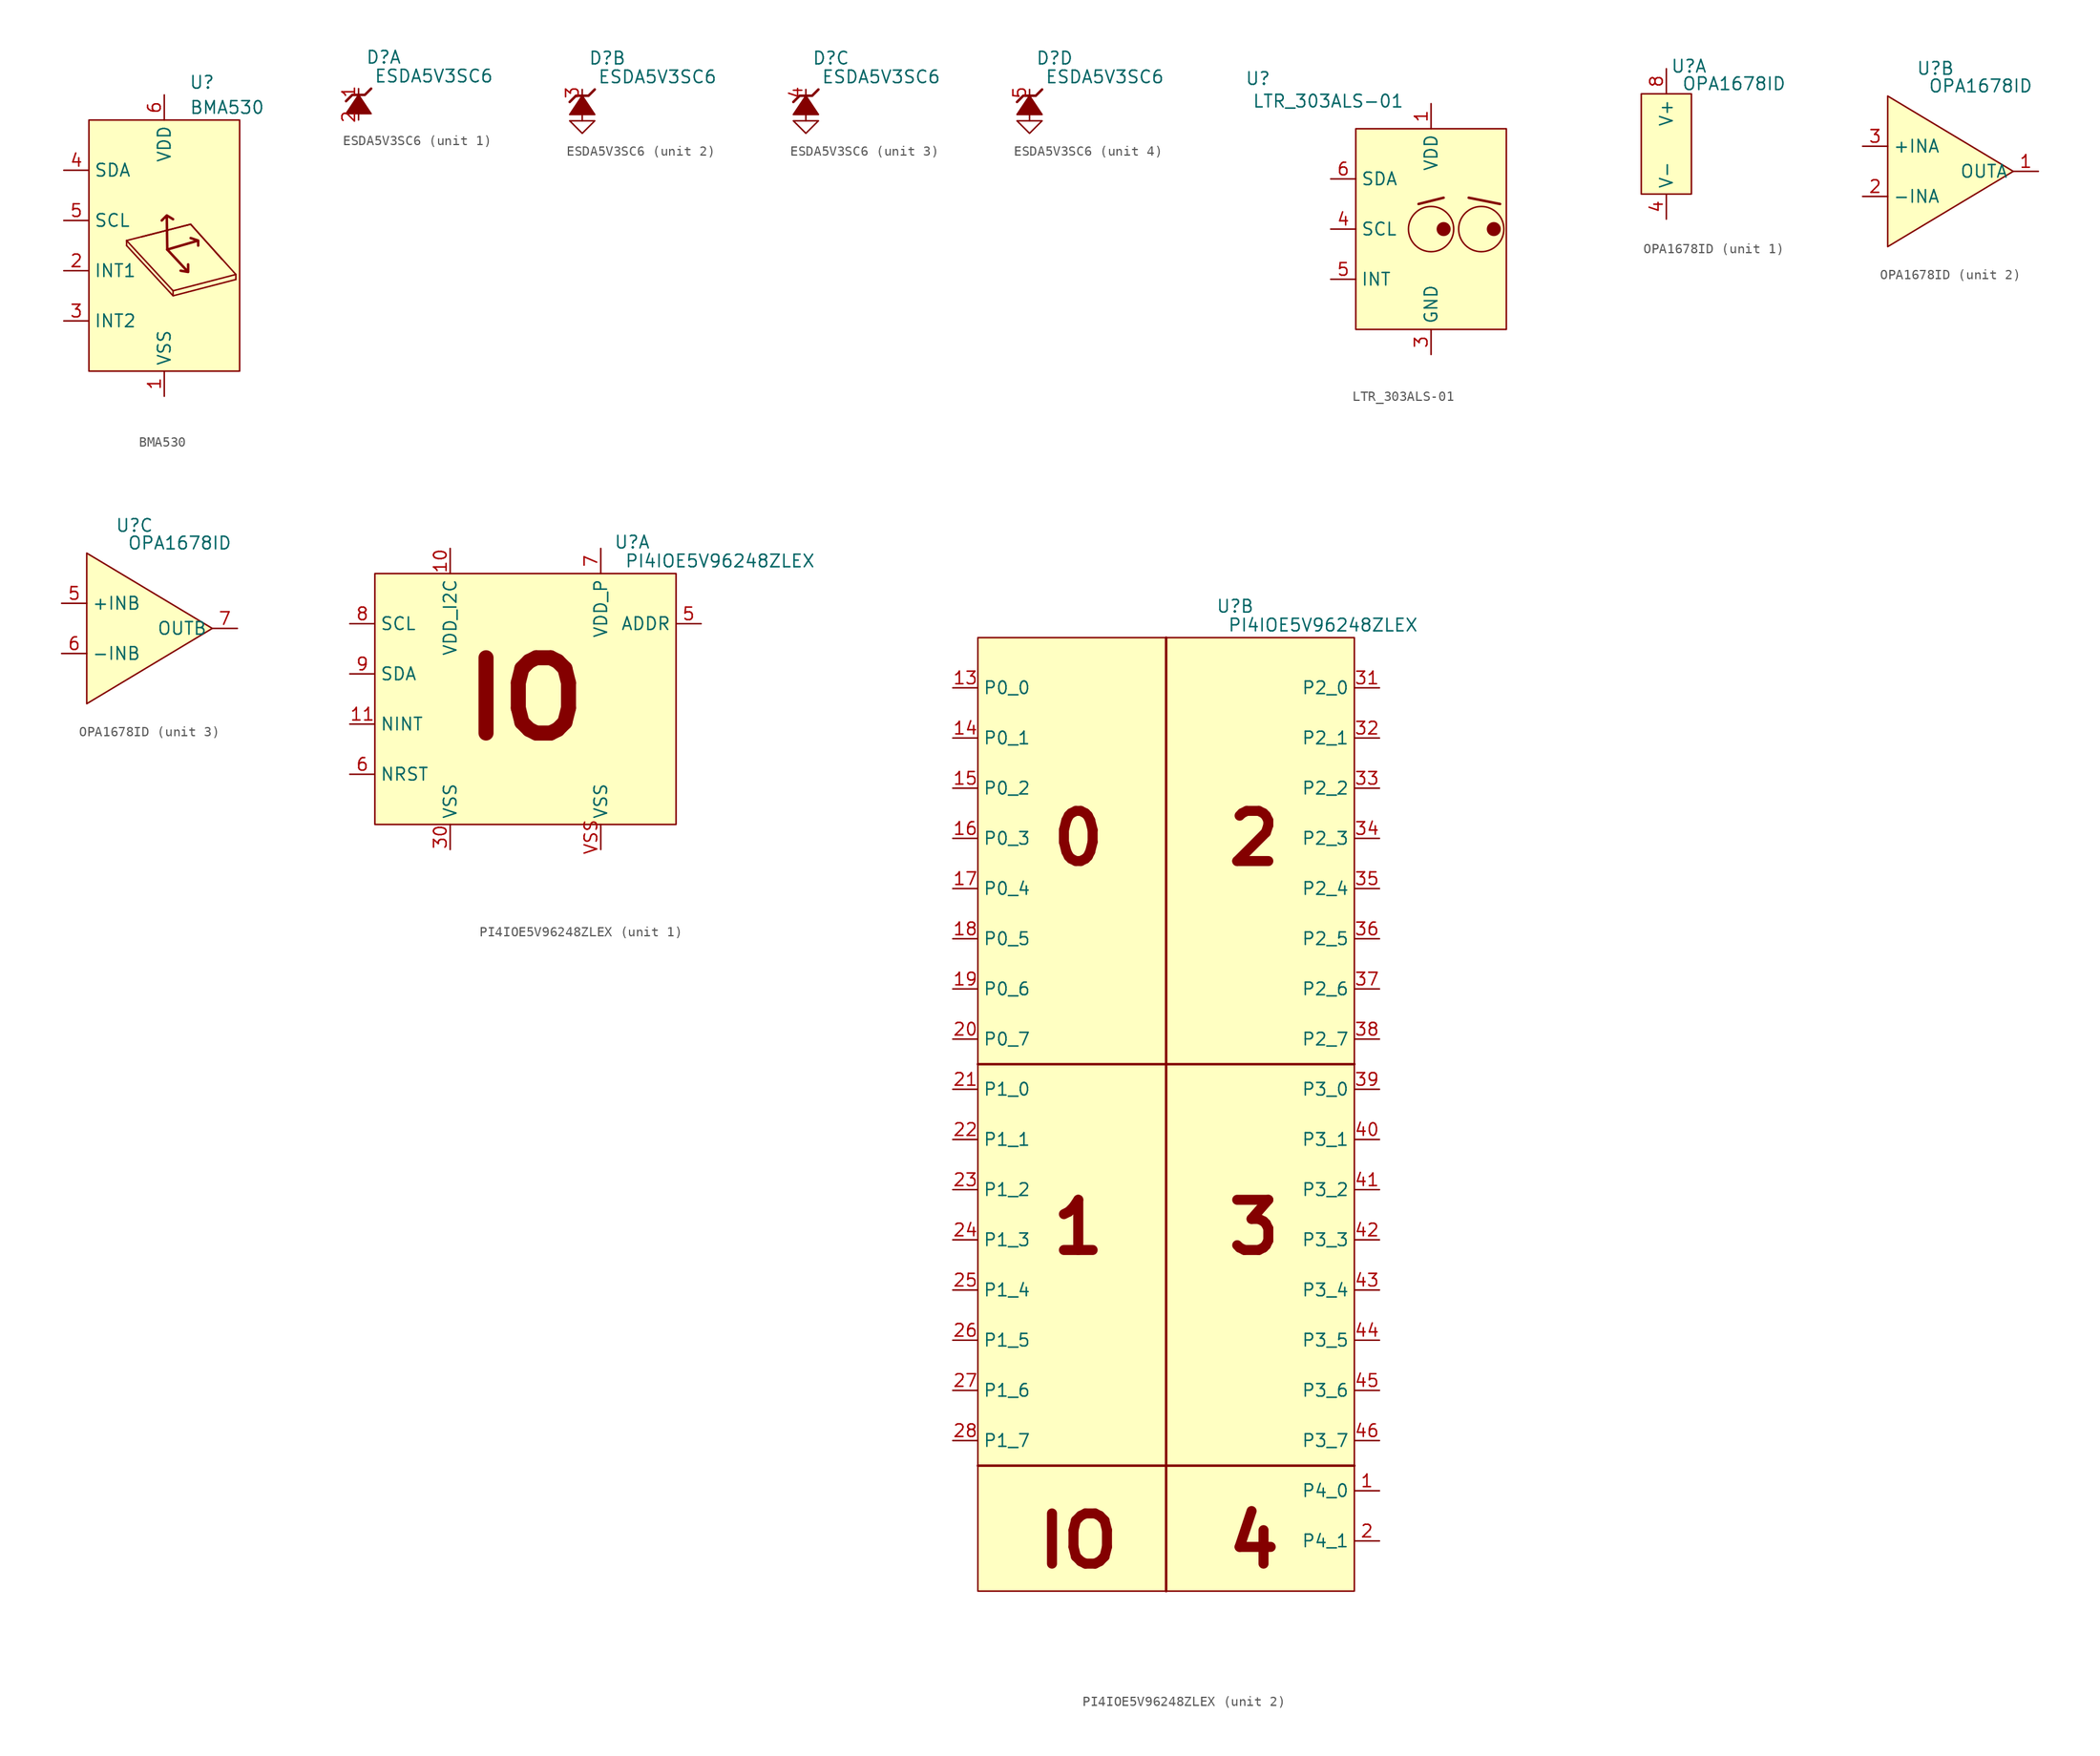
<source format=kicad_sym>
(kicad_symbol_lib
  (version 20241209)
  (generator "kicad_symbol_editor")
  (generator_version "9.0")
  (symbol "BMA530"
    (property "Reference" "U"
      (at 11.43 3.81 0)
      (effects (font (size 1.27 1.27))))
    (property "Value" "BMA530"
      (at 13.97 1.27 0)
      (effects (font (size 1.27 1.27))))
    (symbol "BMA530_0_1"
      (polyline (pts (xy 10.287 -10.541) (xy 3.81 -12.192)) (stroke (width 0) (type default)) (fill (type none)))
      (polyline (pts (xy 10.287 -10.541) (xy 14.859 -15.621) (xy 14.859 -15.621)) (stroke (width 0) (type default)) (fill (type none)))
      (polyline (pts (xy 14.859 -15.621) (xy 8.509 -17.272)) (stroke (width 0) (type default)) (fill (type none)))
      (polyline (pts (xy 14.859 -16.129) (xy 8.509 -17.78) (xy 3.81 -12.7)) (stroke (width 0) (type default)) (fill (type none))))
    (symbol "BMA530_1_1"
      (rectangle (start 0 0) (end 15.24 -25.4) (stroke (width 0) (type default)) (fill (type background)))
      (polyline (pts (xy 3.81 -12.7) (xy 3.81 -12.192)) (stroke (width 0) (type default)) (fill (type none)))
      (polyline (pts (xy 5.334 -11.811) (xy 10.287 -10.541)) (stroke (width 0) (type default)) (fill (type none)))
      (polyline (pts (xy 7.923 -13.101) (xy 7.923 -12.847)) (stroke (width 0) (type default)) (fill (type none)))
      (polyline (pts (xy 7.923 -13.101) (xy 7.874 -9.652) (xy 8.509 -10.033) (xy 7.874 -9.652) (xy 7.366 -10.16)) (stroke (width 0.254) (type default)) (fill (type none)))
      (polyline (pts (xy 7.923 -13.101) (xy 10.033 -15.367) (xy 10.033 -14.605) (xy 10.033 -15.367) (xy 9.271 -15.24)) (stroke (width 0.254) (type default)) (fill (type none)))
      (polyline (pts (xy 7.923 -13.101) (xy 11.049 -12.192) (xy 10.287 -11.938) (xy 11.049 -12.192) (xy 11.049 -12.7)) (stroke (width 0.254) (type default)) (fill (type none)))
      (polyline (pts (xy 8.509 -17.272) (xy 3.81 -12.192)) (stroke (width 0) (type default)) (fill (type none)))
      (polyline (pts (xy 8.509 -17.78) (xy 8.509 -17.272)) (stroke (width 0) (type default)) (fill (type none)))
      (polyline (pts (xy 13.462 -14.097) (xy 10.287 -10.541)) (stroke (width 0) (type default)) (fill (type none)))
      (polyline (pts (xy 14.859 -16.129) (xy 14.859 -15.621)) (stroke (width 0) (type default)) (fill (type none)))
      (pin bidirectional line (at -2.54 -5.08 0) (length 2.54) (name "SDA" (effects (font (size 1.27 1.27)))) (number "4" (effects (font (size 1.27 1.27)))))
      (pin input line (at -2.54 -10.16 0) (length 2.54) (name "SCL" (effects (font (size 1.27 1.27)))) (number "5" (effects (font (size 1.27 1.27)))))
      (pin output line (at -2.54 -15.24 0) (length 2.54) (name "INT1" (effects (font (size 1.27 1.27)))) (number "2" (effects (font (size 1.27 1.27)))))
      (pin output line (at -2.54 -20.32 0) (length 2.54) (name "INT2" (effects (font (size 1.27 1.27)))) (number "3" (effects (font (size 1.27 1.27)))))
      (pin power_in line (at 7.62 2.54 270) (length 2.54) (name "VDD" (effects (font (size 1.27 1.27)))) (number "6" (effects (font (size 1.27 1.27)))))
      (pin passive line (at 7.62 -27.94 90) (length 2.54) (name "VSS" (effects (font (size 1.27 1.27)))) (number "1" (effects (font (size 1.27 1.27)))))))
  (symbol "ESDA5V3SC6"
    (property "Reference" "D"
      (at 2.54 1.905 0)
      (effects (font (size 1.27 1.27))))
    (property "Value" "ESDA5V3SC6"
      (at 7.62 0 0)
      (effects (font (size 1.27 1.27))))
    (property "ki_locked" ""
      (at 0 0 0)
      (effects (font (size 1.27 1.27))))
    (symbol "ESDA5V3SC6_1_1"
      (polyline (pts (xy 0 -1.905) (xy -0.635 -1.905) (xy -1.27 -2.54)) (stroke (width 0.254) (type default)) (fill (type none)))
      (polyline (pts (xy 0 -1.905) (xy 0.635 -1.905) (xy 1.27 -1.27)) (stroke (width 0.254) (type default)) (fill (type none)))
      (polyline (pts (xy 0 -1.905) (xy -1.27 -3.81) (xy 1.27 -3.81) (xy 0 -1.905)) (stroke (width 0) (type default)) (fill (type outline)))
      (pin passive line (at 0 -1.27 270) (length 0.635) (name "" (effects (font (size 1.27 1.27)))) (number "1" (effects (font (size 1.27 1.27)))))
      (pin passive line (at 0 -4.445 90) (length 0.635) (name "" (effects (font (size 1.27 1.27)))) (number "2" (effects (font (size 1.27 1.27))))))
    (symbol "ESDA5V3SC6_2_1"
      (polyline (pts (xy -1.27 -4.445) (xy 1.27 -4.445) (xy 0 -5.715) (xy -1.27 -4.445)) (stroke (width 0) (type default)) (fill (type none)))
      (polyline (pts (xy 0 -1.905) (xy -0.635 -1.905) (xy -1.27 -2.54)) (stroke (width 0.254) (type default)) (fill (type none)))
      (polyline (pts (xy 0 -1.905) (xy 0.635 -1.905) (xy 1.27 -1.27)) (stroke (width 0.254) (type default)) (fill (type none)))
      (polyline (pts (xy 0 -1.905) (xy -1.27 -3.81) (xy 1.27 -3.81) (xy 0 -1.905)) (stroke (width 0) (type default)) (fill (type outline)))
      (polyline (pts (xy 0 -4.445) (xy 0 -3.175)) (stroke (width 0) (type default)) (fill (type none)))
      (pin passive line (at 0 -1.27 270) (length 0.635) (name "" (effects (font (size 1.27 1.27)))) (number "3" (effects (font (size 1.27 1.27))))))
    (symbol "ESDA5V3SC6_3_1"
      (polyline (pts (xy -1.27 -4.445) (xy 1.27 -4.445) (xy 0 -5.715) (xy -1.27 -4.445)) (stroke (width 0) (type default)) (fill (type none)))
      (polyline (pts (xy 0 -1.905) (xy -0.635 -1.905) (xy -1.27 -2.54)) (stroke (width 0.254) (type default)) (fill (type none)))
      (polyline (pts (xy 0 -1.905) (xy 0.635 -1.905) (xy 1.27 -1.27)) (stroke (width 0.254) (type default)) (fill (type none)))
      (polyline (pts (xy 0 -1.905) (xy -1.27 -3.81) (xy 1.27 -3.81) (xy 0 -1.905)) (stroke (width 0) (type default)) (fill (type outline)))
      (polyline (pts (xy 0 -4.445) (xy 0 -3.175)) (stroke (width 0) (type default)) (fill (type none)))
      (pin passive line (at 0 -1.27 270) (length 0.635) (name "" (effects (font (size 1.27 1.27)))) (number "4" (effects (font (size 1.27 1.27))))))
    (symbol "ESDA5V3SC6_4_1"
      (polyline (pts (xy -1.27 -4.445) (xy 1.27 -4.445) (xy 0 -5.715) (xy -1.27 -4.445)) (stroke (width 0) (type default)) (fill (type none)))
      (polyline (pts (xy 0 -1.905) (xy -0.635 -1.905) (xy -1.27 -2.54)) (stroke (width 0.254) (type default)) (fill (type none)))
      (polyline (pts (xy 0 -1.905) (xy 0.635 -1.905) (xy 1.27 -1.27)) (stroke (width 0.254) (type default)) (fill (type none)))
      (polyline (pts (xy 0 -1.905) (xy -1.27 -3.81) (xy 1.27 -3.81) (xy 0 -1.905)) (stroke (width 0) (type default)) (fill (type outline)))
      (polyline (pts (xy 0 -4.445) (xy 0 -3.175)) (stroke (width 0) (type default)) (fill (type none)))
      (pin passive line (at 0 -1.27 270) (length 0.635) (name "" (effects (font (size 1.27 1.27)))) (number "5" (effects (font (size 1.27 1.27)))))))
  (symbol "LTR_303ALS-01"
    (property "Reference" "U"
      (at -9.906 5.08 0)
      (effects (font (size 1.27 1.27))))
    (property "Value" "LTR_303ALS-01"
      (at -2.794 2.794 0)
      (effects (font (size 1.27 1.27))))
    (symbol "LTR_303ALS-01_0_1"
      (rectangle (start 0 0) (end 15.24 -20.32) (stroke (width 0) (type default)) (fill (type background)))
      (polyline (pts (xy 6.35 -7.62) (xy 8.89 -6.985)) (stroke (width 0.254) (type default)) (fill (type none)))
      (circle (center 7.62 -10.16) (radius 2.289) (stroke (width 0) (type default)) (fill (type none)))
      (circle (center 8.89 -10.16) (radius 0.635) (stroke (width 0) (type default)) (fill (type outline)))
      (polyline (pts (xy 11.43 -6.985) (xy 14.605 -7.62)) (stroke (width 0.254) (type default)) (fill (type none)))
      (circle (center 12.7 -10.16) (radius 2.289) (stroke (width 0) (type default)) (fill (type none)))
      (circle (center 13.97 -10.16) (radius 0.635) (stroke (width 0) (type default)) (fill (type outline))))
    (symbol "LTR_303ALS-01_1_1"
      (pin bidirectional line (at -2.54 -5.08 0) (length 2.54) (name "SDA" (effects (font (size 1.27 1.27)))) (number "6" (effects (font (size 1.27 1.27)))))
      (pin input line (at -2.54 -10.16 0) (length 2.54) (name "SCL" (effects (font (size 1.27 1.27)))) (number "4" (effects (font (size 1.27 1.27)))))
      (pin output line (at -2.54 -15.24 0) (length 2.54) (name "INT" (effects (font (size 1.27 1.27)))) (number "5" (effects (font (size 1.27 1.27)))))
      (pin power_in line (at 7.62 2.54 270) (length 2.54) (name "VDD" (effects (font (size 1.27 1.27)))) (number "1" (effects (font (size 1.27 1.27)))))
      (pin passive line (at 7.62 -22.86 90) (length 2.54) (name "GND" (effects (font (size 1.27 1.27)))) (number "3" (effects (font (size 1.27 1.27)))))
      (pin no_connect line (at 20.32 -15.24 90) (length 2.54) (hide yes) (name "NC" (effects (font (size 1.27 1.27)))) (number "2" (effects (font (size 1.27 1.27)))))))
  (symbol "OPA1678ID"
    (property "Reference" "U"
      (at 4.826 2.794 0)
      (effects (font (size 1.27 1.27))))
    (property "Value" "OPA1678ID"
      (at 9.398 1.016 0)
      (effects (font (size 1.27 1.27))))
    (property "ki_locked" ""
      (at 0 0 0)
      (effects (font (size 1.27 1.27))))
    (symbol "OPA1678ID_1_1"
      (rectangle (start 0 0) (end 5.08 -10.16) (stroke (width 0) (type solid)) (fill (type background)))
      (pin power_in line (at 2.54 2.54 270) (length 2.54) (name "V+" (effects (font (size 1.27 1.27)))) (number "8" (effects (font (size 1.27 1.27)))))
      (pin power_in line (at 2.54 -12.7 90) (length 2.54) (name "V-" (effects (font (size 1.27 1.27)))) (number "4" (effects (font (size 1.27 1.27))))))
    (symbol "OPA1678ID_2_1"
      (polyline (pts (xy 0 0) (xy 0 -15.24) (xy 12.7 -7.62) (xy 0 0)) (stroke (width 0) (type solid)) (fill (type background)))
      (pin input line (at -2.54 -5.08 0) (length 2.54) (name "+INA" (effects (font (size 1.27 1.27)))) (number "3" (effects (font (size 1.27 1.27)))))
      (pin input line (at -2.54 -10.16 0) (length 2.54) (name "-INA" (effects (font (size 1.27 1.27)))) (number "2" (effects (font (size 1.27 1.27)))))
      (pin output line (at 15.24 -7.62 180) (length 2.54) (name "OUTA" (effects (font (size 1.27 1.27)))) (number "1" (effects (font (size 1.27 1.27))))))
    (symbol "OPA1678ID_3_1"
      (polyline (pts (xy 0 0) (xy 0 -15.24) (xy 12.7 -7.62) (xy 0 0)) (stroke (width 0) (type solid)) (fill (type background)))
      (pin input line (at -2.54 -5.08 0) (length 2.54) (name "+INB" (effects (font (size 1.27 1.27)))) (number "5" (effects (font (size 1.27 1.27)))))
      (pin input line (at -2.54 -10.16 0) (length 2.54) (name "-INB" (effects (font (size 1.27 1.27)))) (number "6" (effects (font (size 1.27 1.27)))))
      (pin output line (at 15.24 -7.62 180) (length 2.54) (name "OUTB" (effects (font (size 1.27 1.27)))) (number "7" (effects (font (size 1.27 1.27)))))))
  (symbol "PI4IOE5V96248ZLEX"
    (property "Reference" "U"
      (at 26.035 3.175 0)
      (effects (font (size 1.27 1.27))))
    (property "Value" "PI4IOE5V96248ZLEX"
      (at 34.925 1.27 0)
      (effects (font (size 1.27 1.27))))
    (property "ki_locked" ""
      (at 0 0 0)
      (effects (font (size 1.27 1.27))))
    (symbol "PI4IOE5V96248ZLEX_1_1"
      (rectangle (start 0 0) (end 30.48 -25.4) (stroke (width 0) (type default)) (fill (type background)))
      (text "IO" (at 15.24 -12.7 0) (effects (font (size 7.62 7.62) (bold yes))))
      (pin input line (at -2.54 -5.08 0) (length 2.54) (name "SCL" (effects (font (size 1.27 1.27)))) (number "8" (effects (font (size 1.27 1.27)))))
      (pin bidirectional line (at -2.54 -10.16 0) (length 2.54) (name "SDA" (effects (font (size 1.27 1.27)))) (number "9" (effects (font (size 1.27 1.27)))))
      (pin output line (at -2.54 -15.24 0) (length 2.54) (name "NINT" (effects (font (size 1.27 1.27)))) (number "11" (effects (font (size 1.27 1.27)))))
      (pin input line (at -2.54 -20.32 0) (length 2.54) (name "NRST" (effects (font (size 1.27 1.27)))) (number "6" (effects (font (size 1.27 1.27)))))
      (pin power_in line (at 7.62 2.54 270) (length 2.54) (name "VDD_I2C" (effects (font (size 1.27 1.27)))) (number "10" (effects (font (size 1.27 1.27)))))
      (pin passive line (at 7.62 -27.94 90) (length 2.54) (name "VSS" (effects (font (size 1.27 1.27)))) (number "30" (effects (font (size 1.27 1.27)))))
      (pin power_in line (at 22.86 2.54 270) (length 2.54) (name "VDD_P" (effects (font (size 1.27 1.27)))) (number "7" (effects (font (size 1.27 1.27)))))
      (pin passive line (at 22.86 -27.94 90) (length 2.54) (name "VSS" (effects (font (size 1.27 1.27)))) (number "VSS" (effects (font (size 1.27 1.27)))))
      (pin input line (at 33.02 -5.08 180) (length 2.54) (name "ADDR" (effects (font (size 1.27 1.27)))) (number "5" (effects (font (size 1.27 1.27)))))
      (pin no_connect line (at 36.83 -20.32 180) (length 1.27) (hide yes) (name "NC" (effects (font (size 1.27 1.27)))) (number "3" (effects (font (size 1.27 1.27)))))
      (pin no_connect line (at 36.83 -24.13 180) (length 1.27) (hide yes) (name "NC" (effects (font (size 1.27 1.27)))) (number "4" (effects (font (size 1.27 1.27)))))
      (pin no_connect line (at 36.83 -27.94 180) (length 1.27) (hide yes) (name "NC" (effects (font (size 1.27 1.27)))) (number "12" (effects (font (size 1.27 1.27)))))
      (pin no_connect line (at 36.83 -31.75 180) (length 1.27) (hide yes) (name "NC" (effects (font (size 1.27 1.27)))) (number "29" (effects (font (size 1.27 1.27))))))
    (symbol "PI4IOE5V96248ZLEX_2_1"
      (rectangle (start 0 0) (end 38.1 -96.52) (stroke (width 0) (type default)) (fill (type background)))
      (polyline (pts (xy 19.05 -96.52) (xy 19.05 0)) (stroke (width 0.254) (type default)) (fill (type none)))
      (polyline (pts (xy 38.1 -43.18) (xy 0 -43.18)) (stroke (width 0.254) (type default)) (fill (type none)))
      (polyline (pts (xy 38.1 -83.82) (xy 0 -83.82)) (stroke (width 0.254) (type default)) (fill (type none)))
      (text "0" (at 10.16 -20.32 0) (effects (font (size 5.08 5.08) (bold yes))))
      (text "1" (at 10.16 -59.69 0) (effects (font (size 5.08 5.08) (bold yes))))
      (text "IO" (at 10.16 -91.44 0) (effects (font (size 5.08 5.08) (bold yes))))
      (text "2" (at 27.94 -20.32 0) (effects (font (size 5.08 5.08) (bold yes))))
      (text "3" (at 27.94 -59.69 0) (effects (font (size 5.08 5.08) (bold yes))))
      (text "4" (at 27.94 -91.44 0) (effects (font (size 5.08 5.08) (bold yes))))
      (pin unspecified line (at -2.54 -5.08 0) (length 2.54) (name "P0_0" (effects (font (size 1.27 1.27)))) (number "13" (effects (font (size 1.27 1.27)))))
      (pin unspecified line (at -2.54 -10.16 0) (length 2.54) (name "P0_1" (effects (font (size 1.27 1.27)))) (number "14" (effects (font (size 1.27 1.27)))))
      (pin unspecified line (at -2.54 -15.24 0) (length 2.54) (name "P0_2" (effects (font (size 1.27 1.27)))) (number "15" (effects (font (size 1.27 1.27)))))
      (pin unspecified line (at -2.54 -20.32 0) (length 2.54) (name "P0_3" (effects (font (size 1.27 1.27)))) (number "16" (effects (font (size 1.27 1.27)))))
      (pin unspecified line (at -2.54 -25.4 0) (length 2.54) (name "P0_4" (effects (font (size 1.27 1.27)))) (number "17" (effects (font (size 1.27 1.27)))))
      (pin unspecified line (at -2.54 -30.48 0) (length 2.54) (name "P0_5" (effects (font (size 1.27 1.27)))) (number "18" (effects (font (size 1.27 1.27)))))
      (pin unspecified line (at -2.54 -35.56 0) (length 2.54) (name "P0_6" (effects (font (size 1.27 1.27)))) (number "19" (effects (font (size 1.27 1.27)))))
      (pin unspecified line (at -2.54 -40.64 0) (length 2.54) (name "P0_7" (effects (font (size 1.27 1.27)))) (number "20" (effects (font (size 1.27 1.27)))))
      (pin unspecified line (at -2.54 -45.72 0) (length 2.54) (name "P1_0" (effects (font (size 1.27 1.27)))) (number "21" (effects (font (size 1.27 1.27)))))
      (pin unspecified line (at -2.54 -50.8 0) (length 2.54) (name "P1_1" (effects (font (size 1.27 1.27)))) (number "22" (effects (font (size 1.27 1.27)))))
      (pin unspecified line (at -2.54 -55.88 0) (length 2.54) (name "P1_2" (effects (font (size 1.27 1.27)))) (number "23" (effects (font (size 1.27 1.27)))))
      (pin unspecified line (at -2.54 -60.96 0) (length 2.54) (name "P1_3" (effects (font (size 1.27 1.27)))) (number "24" (effects (font (size 1.27 1.27)))))
      (pin unspecified line (at -2.54 -66.04 0) (length 2.54) (name "P1_4" (effects (font (size 1.27 1.27)))) (number "25" (effects (font (size 1.27 1.27)))))
      (pin unspecified line (at -2.54 -71.12 0) (length 2.54) (name "P1_5" (effects (font (size 1.27 1.27)))) (number "26" (effects (font (size 1.27 1.27)))))
      (pin unspecified line (at -2.54 -76.2 0) (length 2.54) (name "P1_6" (effects (font (size 1.27 1.27)))) (number "27" (effects (font (size 1.27 1.27)))))
      (pin unspecified line (at -2.54 -81.28 0) (length 2.54) (name "P1_7" (effects (font (size 1.27 1.27)))) (number "28" (effects (font (size 1.27 1.27)))))
      (pin unspecified line (at 40.64 -5.08 180) (length 2.54) (name "P2_0" (effects (font (size 1.27 1.27)))) (number "31" (effects (font (size 1.27 1.27)))))
      (pin unspecified line (at 40.64 -10.16 180) (length 2.54) (name "P2_1" (effects (font (size 1.27 1.27)))) (number "32" (effects (font (size 1.27 1.27)))))
      (pin unspecified line (at 40.64 -15.24 180) (length 2.54) (name "P2_2" (effects (font (size 1.27 1.27)))) (number "33" (effects (font (size 1.27 1.27)))))
      (pin unspecified line (at 40.64 -20.32 180) (length 2.54) (name "P2_3" (effects (font (size 1.27 1.27)))) (number "34" (effects (font (size 1.27 1.27)))))
      (pin unspecified line (at 40.64 -25.4 180) (length 2.54) (name "P2_4" (effects (font (size 1.27 1.27)))) (number "35" (effects (font (size 1.27 1.27)))))
      (pin unspecified line (at 40.64 -30.48 180) (length 2.54) (name "P2_5" (effects (font (size 1.27 1.27)))) (number "36" (effects (font (size 1.27 1.27)))))
      (pin unspecified line (at 40.64 -35.56 180) (length 2.54) (name "P2_6" (effects (font (size 1.27 1.27)))) (number "37" (effects (font (size 1.27 1.27)))))
      (pin unspecified line (at 40.64 -40.64 180) (length 2.54) (name "P2_7" (effects (font (size 1.27 1.27)))) (number "38" (effects (font (size 1.27 1.27)))))
      (pin unspecified line (at 40.64 -45.72 180) (length 2.54) (name "P3_0" (effects (font (size 1.27 1.27)))) (number "39" (effects (font (size 1.27 1.27)))))
      (pin unspecified line (at 40.64 -50.8 180) (length 2.54) (name "P3_1" (effects (font (size 1.27 1.27)))) (number "40" (effects (font (size 1.27 1.27)))))
      (pin unspecified line (at 40.64 -55.88 180) (length 2.54) (name "P3_2" (effects (font (size 1.27 1.27)))) (number "41" (effects (font (size 1.27 1.27)))))
      (pin unspecified line (at 40.64 -60.96 180) (length 2.54) (name "P3_3" (effects (font (size 1.27 1.27)))) (number "42" (effects (font (size 1.27 1.27)))))
      (pin unspecified line (at 40.64 -66.04 180) (length 2.54) (name "P3_4" (effects (font (size 1.27 1.27)))) (number "43" (effects (font (size 1.27 1.27)))))
      (pin unspecified line (at 40.64 -71.12 180) (length 2.54) (name "P3_5" (effects (font (size 1.27 1.27)))) (number "44" (effects (font (size 1.27 1.27)))))
      (pin unspecified line (at 40.64 -76.2 180) (length 2.54) (name "P3_6" (effects (font (size 1.27 1.27)))) (number "45" (effects (font (size 1.27 1.27)))))
      (pin unspecified line (at 40.64 -81.28 180) (length 2.54) (name "P3_7" (effects (font (size 1.27 1.27)))) (number "46" (effects (font (size 1.27 1.27)))))
      (pin unspecified line (at 40.64 -86.36 180) (length 2.54) (name "P4_0" (effects (font (size 1.27 1.27)))) (number "1" (effects (font (size 1.27 1.27)))))
      (pin unspecified line (at 40.64 -91.44 180) (length 2.54) (name "P4_1" (effects (font (size 1.27 1.27)))) (number "2" (effects (font (size 1.27 1.27))))))))
</source>
